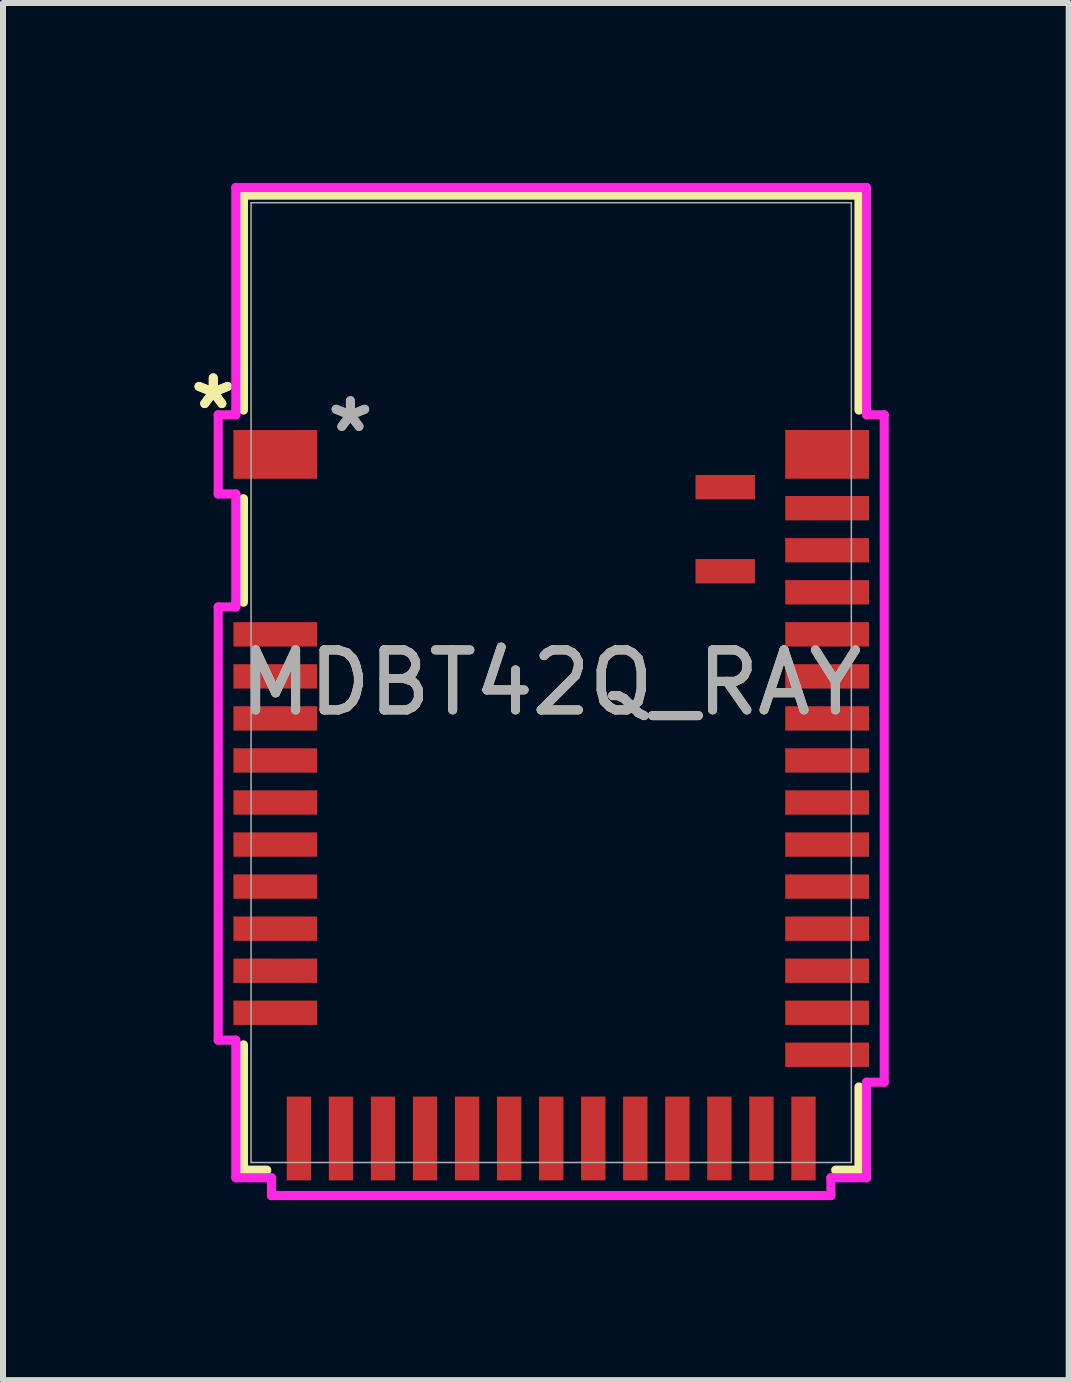
<source format=kicad_pcb>
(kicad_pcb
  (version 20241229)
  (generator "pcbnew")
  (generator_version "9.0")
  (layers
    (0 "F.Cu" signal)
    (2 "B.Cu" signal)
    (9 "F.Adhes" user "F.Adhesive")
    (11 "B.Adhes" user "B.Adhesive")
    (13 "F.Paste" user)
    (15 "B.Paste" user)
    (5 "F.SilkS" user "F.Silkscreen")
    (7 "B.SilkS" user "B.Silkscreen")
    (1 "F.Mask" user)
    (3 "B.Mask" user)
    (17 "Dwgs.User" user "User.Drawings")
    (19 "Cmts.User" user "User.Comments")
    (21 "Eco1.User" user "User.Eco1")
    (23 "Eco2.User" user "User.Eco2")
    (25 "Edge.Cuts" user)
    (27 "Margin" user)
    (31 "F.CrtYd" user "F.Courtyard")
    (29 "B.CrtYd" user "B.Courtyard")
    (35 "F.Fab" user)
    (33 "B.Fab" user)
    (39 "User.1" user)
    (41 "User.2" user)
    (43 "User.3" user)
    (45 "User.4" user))
  (footprint "MDBT42Q_RAY"
    (layer "F.Cu")
    (at 6.14 8.331)
    (property "Reference" "MDBT42Q_RAY" (at 0 0 0) (unlocked yes) (layer "F.SilkS") (effects (font (size 1 1) (thickness 0.15))))
    (attr smd)
    (fp_line (start -5.131 -8.128) (end -5.131 -4.544) (stroke (width 0.152) (type solid)) (layer "F.SilkS"))
    (fp_line (start -5.131 -3.066) (end -5.131 -1.341) (stroke (width 0.152) (type solid)) (layer "F.SilkS"))
    (fp_line (start -5.131 6.04) (end -5.131 8.128) (stroke (width 0.152) (type solid)) (layer "F.SilkS"))
    (fp_line (start -5.131 8.128) (end -4.742 8.128) (stroke (width 0.152) (type solid)) (layer "F.SilkS"))
    (fp_line (start 4.742 8.128) (end 5.131 8.128) (stroke (width 0.152) (type solid)) (layer "F.SilkS"))
    (fp_line (start 5.131 -8.128) (end -5.131 -8.128) (stroke (width 0.152) (type solid)) (layer "F.SilkS"))
    (fp_line (start 5.131 -4.544) (end 5.131 -8.128) (stroke (width 0.152) (type solid)) (layer "F.SilkS"))
    (fp_line (start 5.131 8.128) (end 5.131 6.741) (stroke (width 0.152) (type solid)) (layer "F.SilkS"))
    (fp_poly (pts (xy 3.901 -4.211) (xy -0.493 -4.211) (xy -0.493 -1.102) (xy 3.901 -1.102)) (stroke (width 0.1) (type solid)) (fill no) (layer "Eco2.User"))
    (fp_line (start -5.552 -4.465) (end -5.552 -3.145) (stroke (width 0.152) (type solid)) (layer "F.CrtYd"))
    (fp_line (start -5.552 -3.145) (end -5.258 -3.145) (stroke (width 0.152) (type solid)) (layer "F.CrtYd"))
    (fp_line (start -5.552 -1.262) (end -5.552 5.961) (stroke (width 0.152) (type solid)) (layer "F.CrtYd"))
    (fp_line (start -5.552 5.961) (end -5.258 5.961) (stroke (width 0.152) (type solid)) (layer "F.CrtYd"))
    (fp_line (start -5.258 -8.255) (end -5.258 -4.465) (stroke (width 0.152) (type solid)) (layer "F.CrtYd"))
    (fp_line (start -5.258 -4.465) (end -5.552 -4.465) (stroke (width 0.152) (type solid)) (layer "F.CrtYd"))
    (fp_line (start -5.258 -3.145) (end -5.258 -1.262) (stroke (width 0.152) (type solid)) (layer "F.CrtYd"))
    (fp_line (start -5.258 -1.262) (end -5.552 -1.262) (stroke (width 0.152) (type solid)) (layer "F.CrtYd"))
    (fp_line (start -5.258 5.961) (end -5.258 8.255) (stroke (width 0.152) (type solid)) (layer "F.CrtYd"))
    (fp_line (start -5.258 8.255) (end -4.663 8.255) (stroke (width 0.152) (type solid)) (layer "F.CrtYd"))
    (fp_line (start -4.663 8.255) (end -4.663 8.552) (stroke (width 0.152) (type solid)) (layer "F.CrtYd"))
    (fp_line (start -4.663 8.552) (end 4.663 8.552) (stroke (width 0.152) (type solid)) (layer "F.CrtYd"))
    (fp_line (start 4.663 8.255) (end 5.258 8.255) (stroke (width 0.152) (type solid)) (layer "F.CrtYd"))
    (fp_line (start 4.663 8.552) (end 4.663 8.255) (stroke (width 0.152) (type solid)) (layer "F.CrtYd"))
    (fp_line (start 5.258 -8.255) (end -5.258 -8.255) (stroke (width 0.152) (type solid)) (layer "F.CrtYd"))
    (fp_line (start 5.258 -4.465) (end 5.258 -8.255) (stroke (width 0.152) (type solid)) (layer "F.CrtYd"))
    (fp_line (start 5.258 6.662) (end 5.552 6.662) (stroke (width 0.152) (type solid)) (layer "F.CrtYd"))
    (fp_line (start 5.258 8.255) (end 5.258 6.662) (stroke (width 0.152) (type solid)) (layer "F.CrtYd"))
    (fp_line (start 5.552 -4.465) (end 5.258 -4.465) (stroke (width 0.152) (type solid)) (layer "F.CrtYd"))
    (fp_line (start 5.552 6.662) (end 5.552 -4.465) (stroke (width 0.152) (type solid)) (layer "F.CrtYd"))
    (fp_line (start -5.004 -8.001) (end -5.004 8.001) (stroke (width 0.025) (type solid)) (layer "F.Fab"))
    (fp_line (start -5.004 8.001) (end 5.004 8.001) (stroke (width 0.025) (type solid)) (layer "F.Fab"))
    (fp_line (start 5.004 -8.001) (end -5.004 -8.001) (stroke (width 0.025) (type solid)) (layer "F.Fab"))
    (fp_line (start 5.004 8.001) (end 5.004 -8.001) (stroke (width 0.025) (type solid)) (layer "F.Fab"))
    (fp_text user "*" (at -5.634 -4.536 0) (unlocked yes) (layer "F.SilkS") (effects (font (size 1 1) (thickness 0.15))))
    (fp_text user "*" (at -5.634 -4.536 0) (layer "F.SilkS") (effects (font (size 1 1) (thickness 0.15))))
    (fp_text user "*" (at -3.348 -4.155 0) (layer "F.Fab") (effects (font (size 1 1) (thickness 0.15))))
    (fp_text user "*" (at -3.348 -4.155 0) (unlocked yes) (layer "F.Fab") (effects (font (size 1 1) (thickness 0.15))))
    (fp_text user "${REFERENCE}" (at 0 0 0) (unlocked yes) (layer "F.Fab") (effects (font (size 1 1) (thickness 0.15))))
    (pad "1" smd rect (at -4.6 -3.805 90) (size 0.813 1.397) (layers "F.Cu" "F.Mask" "F.Paste"))
    (pad "2" smd rect (at -4.6 -0.805 90) (size 0.406 1.397) (layers "F.Cu" "F.Mask" "F.Paste"))
    (pad "3" smd rect (at -4.6 -0.104 90) (size 0.406 1.397) (layers "F.Cu" "F.Mask" "F.Paste"))
    (pad "4" smd rect (at -4.6 0.597 90) (size 0.406 1.397) (layers "F.Cu" "F.Mask" "F.Paste"))
    (pad "5" smd rect (at -4.6 1.298 90) (size 0.406 1.397) (layers "F.Cu" "F.Mask" "F.Paste"))
    (pad "6" smd rect (at -4.6 1.999 90) (size 0.406 1.397) (layers "F.Cu" "F.Mask" "F.Paste"))
    (pad "7" smd rect (at -4.6 2.7 90) (size 0.406 1.397) (layers "F.Cu" "F.Mask" "F.Paste"))
    (pad "8" smd rect (at -4.6 3.401 90) (size 0.406 1.397) (layers "F.Cu" "F.Mask" "F.Paste"))
    (pad "9" smd rect (at -4.6 4.102 90) (size 0.406 1.397) (layers "F.Cu" "F.Mask" "F.Paste"))
    (pad "10" smd rect (at -4.6 4.803 90) (size 0.406 1.397) (layers "F.Cu" "F.Mask" "F.Paste"))
    (pad "11" smd rect (at -4.6 5.504 90) (size 0.406 1.397) (layers "F.Cu" "F.Mask" "F.Paste"))
    (pad "12" smd rect (at -4.206 7.6) (size 0.406 1.397) (layers "F.Cu" "F.Mask" "F.Paste"))
    (pad "13" smd rect (at -3.505 7.6) (size 0.406 1.397) (layers "F.Cu" "F.Mask" "F.Paste"))
    (pad "14" smd rect (at -2.804 7.6) (size 0.406 1.397) (layers "F.Cu" "F.Mask" "F.Paste"))
    (pad "15" smd rect (at -2.103 7.6) (size 0.406 1.397) (layers "F.Cu" "F.Mask" "F.Paste"))
    (pad "16" smd rect (at -1.402 7.6) (size 0.406 1.397) (layers "F.Cu" "F.Mask" "F.Paste"))
    (pad "17" smd rect (at -0.701 7.6) (size 0.406 1.397) (layers "F.Cu" "F.Mask" "F.Paste"))
    (pad "18" smd rect (at 0 7.6) (size 0.406 1.397) (layers "F.Cu" "F.Mask" "F.Paste"))
    (pad "19" smd rect (at 0.701 7.6) (size 0.406 1.397) (layers "F.Cu" "F.Mask" "F.Paste"))
    (pad "20" smd rect (at 1.402 7.6) (size 0.406 1.397) (layers "F.Cu" "F.Mask" "F.Paste"))
    (pad "21" smd rect (at 2.103 7.6) (size 0.406 1.397) (layers "F.Cu" "F.Mask" "F.Paste"))
    (pad "22" smd rect (at 2.804 7.6) (size 0.406 1.397) (layers "F.Cu" "F.Mask" "F.Paste"))
    (pad "23" smd rect (at 3.505 7.6) (size 0.406 1.397) (layers "F.Cu" "F.Mask" "F.Paste"))
    (pad "24" smd rect (at 4.206 7.6) (size 0.406 1.397) (layers "F.Cu" "F.Mask" "F.Paste"))
    (pad "25" smd rect (at 4.6 6.205 90) (size 0.406 1.397) (layers "F.Cu" "F.Mask" "F.Paste"))
    (pad "26" smd rect (at 4.6 5.504 90) (size 0.406 1.397) (layers "F.Cu" "F.Mask" "F.Paste"))
    (pad "27" smd rect (at 4.6 4.803 90) (size 0.406 1.397) (layers "F.Cu" "F.Mask" "F.Paste"))
    (pad "28" smd rect (at 4.6 4.102 90) (size 0.406 1.397) (layers "F.Cu" "F.Mask" "F.Paste"))
    (pad "29" smd rect (at 4.6 3.401 90) (size 0.406 1.397) (layers "F.Cu" "F.Mask" "F.Paste"))
    (pad "30" smd rect (at 4.6 2.7 90) (size 0.406 1.397) (layers "F.Cu" "F.Mask" "F.Paste"))
    (pad "31" smd rect (at 4.6 1.999 90) (size 0.406 1.397) (layers "F.Cu" "F.Mask" "F.Paste"))
    (pad "32" smd rect (at 4.6 1.298 90) (size 0.406 1.397) (layers "F.Cu" "F.Mask" "F.Paste"))
    (pad "33" smd rect (at 4.6 0.597 90) (size 0.406 1.397) (layers "F.Cu" "F.Mask" "F.Paste"))
    (pad "34" smd rect (at 4.6 -0.104 90) (size 0.406 1.397) (layers "F.Cu" "F.Mask" "F.Paste"))
    (pad "35" smd rect (at 4.6 -0.805 90) (size 0.406 1.397) (layers "F.Cu" "F.Mask" "F.Paste"))
    (pad "36" smd rect (at 4.6 -1.506 90) (size 0.406 1.397) (layers "F.Cu" "F.Mask" "F.Paste"))
    (pad "37" smd rect (at 4.6 -2.207 90) (size 0.406 1.397) (layers "F.Cu" "F.Mask" "F.Paste"))
    (pad "38" smd rect (at 4.6 -2.908 90) (size 0.406 1.397) (layers "F.Cu" "F.Mask" "F.Paste"))
    (pad "39" smd rect (at 4.6 -3.805 90) (size 0.813 1.397) (layers "F.Cu" "F.Mask" "F.Paste"))
    (pad "40" smd rect (at 2.901 -3.259 90) (size 0.406 0.991) (layers "F.Cu" "F.Mask" "F.Paste"))
    (pad "41" smd rect (at 2.901 -1.857 90) (size 0.406 0.991) (layers "F.Cu" "F.Mask" "F.Paste"))
    (zone (net_name "") (layer "Eco2.User") (hatch full 0.508) (connect_pads) (min_thickness 0.254) (filled_areas_thickness no) (keepout (tracks not_allowed) (vias not_allowed) (pads allowed) (copperpour not_allowed) (footprints allowed)) (placement (enabled no)) (fill) (polygon (pts (xy 11.143 0.33) (xy 1.136 0.33) (xy 1.136 4.12) (xy 11.143 4.12)))))
  (gr_rect
    (start -3 -3)
    (end 14.768 19.96)
    (stroke (width 0.1) (type default))
    (fill no)
    (layer "Edge.Cuts")))
</source>
